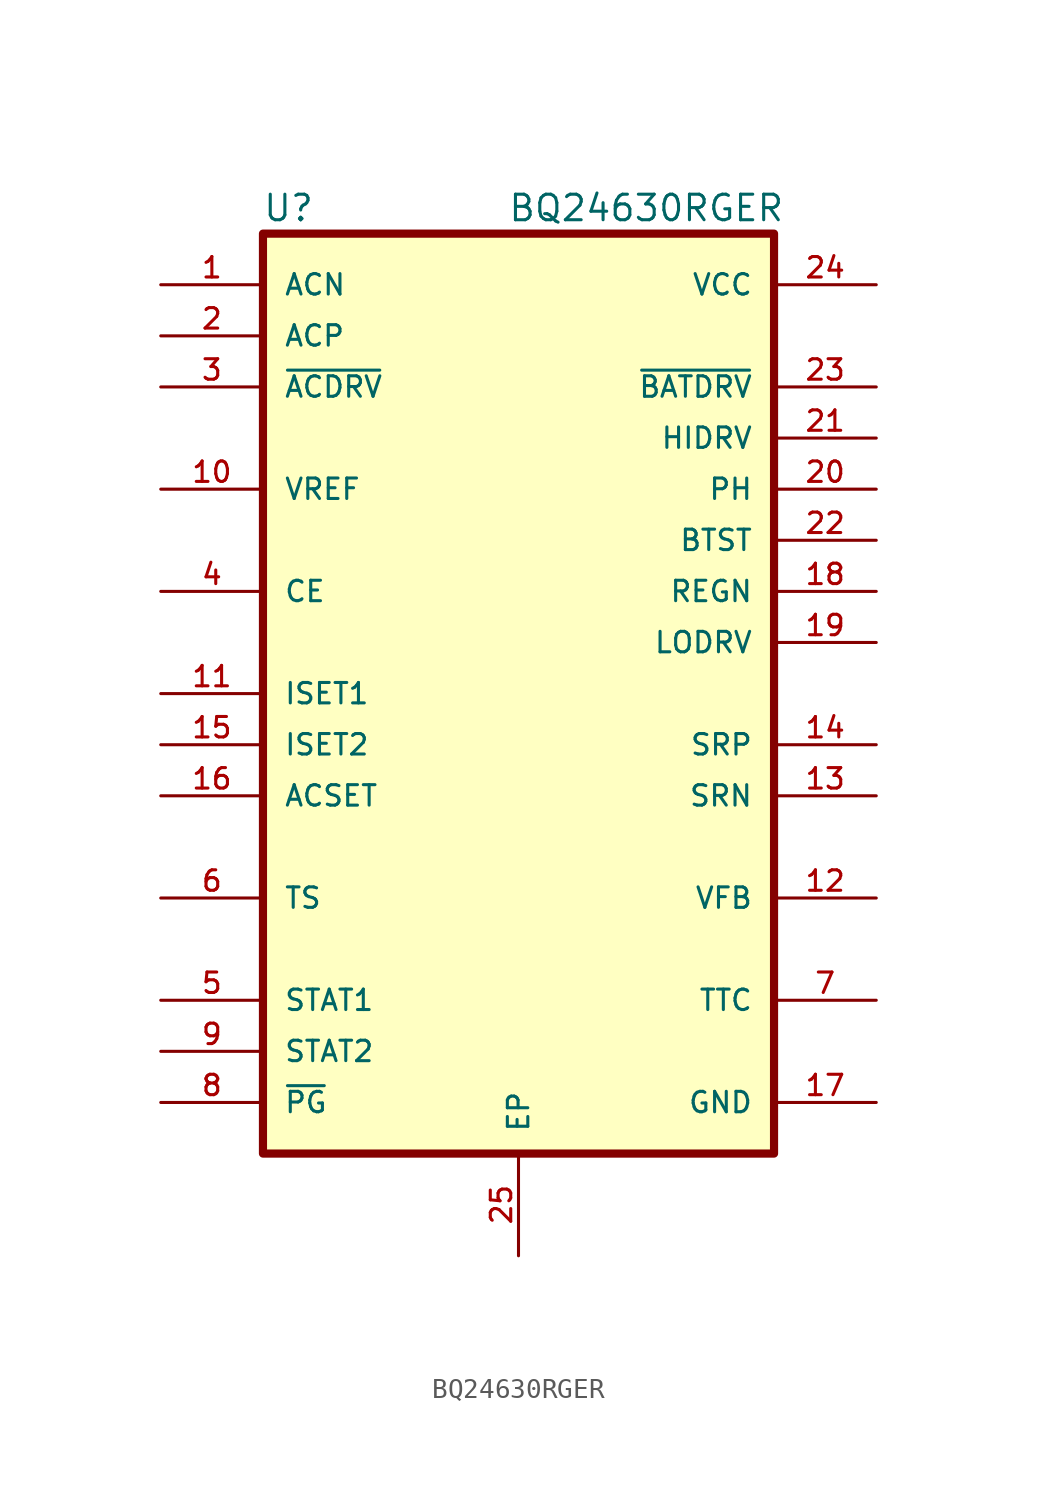
<source format=kicad_sym>
(kicad_symbol_lib
  (version 20211014)
  (generator kicad_symbol_editor)
  (symbol "BQ24630RGER"
    (pin_names
      (offset 1.016))
    (property "Reference" "U"
      (at -11.43 24.13 0)
      (effects (font (size 1.27 1.27))))
    (property "Value" "BQ24630RGER"
      (at 6.35 24.13 0)
      (effects (font (size 1.27 1.27))))
    (property "ki_locked" ""
      (at 0 0 0)
      (effects (font (size 1.27 1.27))))
    (symbol "BQ24630RGER_0_0"
      (rectangle (start -12.7 22.86) (end 12.7 -22.86) (stroke (width 0.406) (type default) (color 0 0 0 0)) (fill (type background)))
      (pin input line (at -17.78 20.32 0) (length 5.08) (name "ACN" (effects (font (size 1.016 1.016)))) (number "1" (effects (font (size 1.016 1.016)))))
      (pin power_out line (at -17.78 10.16 0) (length 5.08) (name "VREF" (effects (font (size 1.016 1.016)))) (number "10" (effects (font (size 1.016 1.016)))))
      (pin input line (at -17.78 0 0) (length 5.08) (name "ISET1" (effects (font (size 1.016 1.016)))) (number "11" (effects (font (size 1.016 1.016)))))
      (pin input line (at 17.78 -10.16 180) (length 5.08) (name "VFB" (effects (font (size 1.016 1.016)))) (number "12" (effects (font (size 1.016 1.016)))))
      (pin input line (at 17.78 -5.08 180) (length 5.08) (name "SRN" (effects (font (size 1.016 1.016)))) (number "13" (effects (font (size 1.016 1.016)))))
      (pin input line (at 17.78 -2.54 180) (length 5.08) (name "SRP" (effects (font (size 1.016 1.016)))) (number "14" (effects (font (size 1.016 1.016)))))
      (pin input line (at -17.78 -2.54 0) (length 5.08) (name "ISET2" (effects (font (size 1.016 1.016)))) (number "15" (effects (font (size 1.016 1.016)))))
      (pin input line (at -17.78 -5.08 0) (length 5.08) (name "ACSET" (effects (font (size 1.016 1.016)))) (number "16" (effects (font (size 1.016 1.016)))))
      (pin power_in line (at 17.78 -20.32 180) (length 5.08) (name "GND" (effects (font (size 1.016 1.016)))) (number "17" (effects (font (size 1.016 1.016)))))
      (pin passive line (at 17.78 5.08 180) (length 5.08) (name "REGN" (effects (font (size 1.016 1.016)))) (number "18" (effects (font (size 1.016 1.016)))))
      (pin output line (at 17.78 2.54 180) (length 5.08) (name "LODRV" (effects (font (size 1.016 1.016)))) (number "19" (effects (font (size 1.016 1.016)))))
      (pin input line (at -17.78 17.78 0) (length 5.08) (name "ACP" (effects (font (size 1.016 1.016)))) (number "2" (effects (font (size 1.016 1.016)))))
      (pin power_out line (at 17.78 10.16 180) (length 5.08) (name "PH" (effects (font (size 1.016 1.016)))) (number "20" (effects (font (size 1.016 1.016)))))
      (pin output line (at 17.78 12.7 180) (length 5.08) (name "HIDRV" (effects (font (size 1.016 1.016)))) (number "21" (effects (font (size 1.016 1.016)))))
      (pin passive line (at 17.78 7.62 180) (length 5.08) (name "BTST" (effects (font (size 1.016 1.016)))) (number "22" (effects (font (size 1.016 1.016)))))
      (pin output line (at 17.78 15.24 180) (length 5.08) (name "~{BATDRV}" (effects (font (size 1.016 1.016)))) (number "23" (effects (font (size 1.016 1.016)))))
      (pin power_in line (at 17.78 20.32 180) (length 5.08) (name "VCC" (effects (font (size 1.016 1.016)))) (number "24" (effects (font (size 1.016 1.016)))))
      (pin passive line (at 0 -27.94 90) (length 5.08) (name "EP" (effects (font (size 1.016 1.016)))) (number "25" (effects (font (size 1.016 1.016)))))
      (pin output line (at -17.78 15.24 0) (length 5.08) (name "~{ACDRV}" (effects (font (size 1.016 1.016)))) (number "3" (effects (font (size 1.016 1.016)))))
      (pin input line (at -17.78 5.08 0) (length 5.08) (name "CE" (effects (font (size 1.016 1.016)))) (number "4" (effects (font (size 1.016 1.016)))))
      (pin open_collector line (at -17.78 -15.24 0) (length 5.08) (name "STAT1" (effects (font (size 1.016 1.016)))) (number "5" (effects (font (size 1.016 1.016)))))
      (pin input line (at -17.78 -10.16 0) (length 5.08) (name "TS" (effects (font (size 1.016 1.016)))) (number "6" (effects (font (size 1.016 1.016)))))
      (pin passive line (at 17.78 -15.24 180) (length 5.08) (name "TTC" (effects (font (size 1.016 1.016)))) (number "7" (effects (font (size 1.016 1.016)))))
      (pin open_collector line (at -17.78 -20.32 0) (length 5.08) (name "~{PG}" (effects (font (size 1.016 1.016)))) (number "8" (effects (font (size 1.016 1.016)))))
      (pin open_collector line (at -17.78 -17.78 0) (length 5.08) (name "STAT2" (effects (font (size 1.016 1.016)))) (number "9" (effects (font (size 1.016 1.016))))))))
</source>
